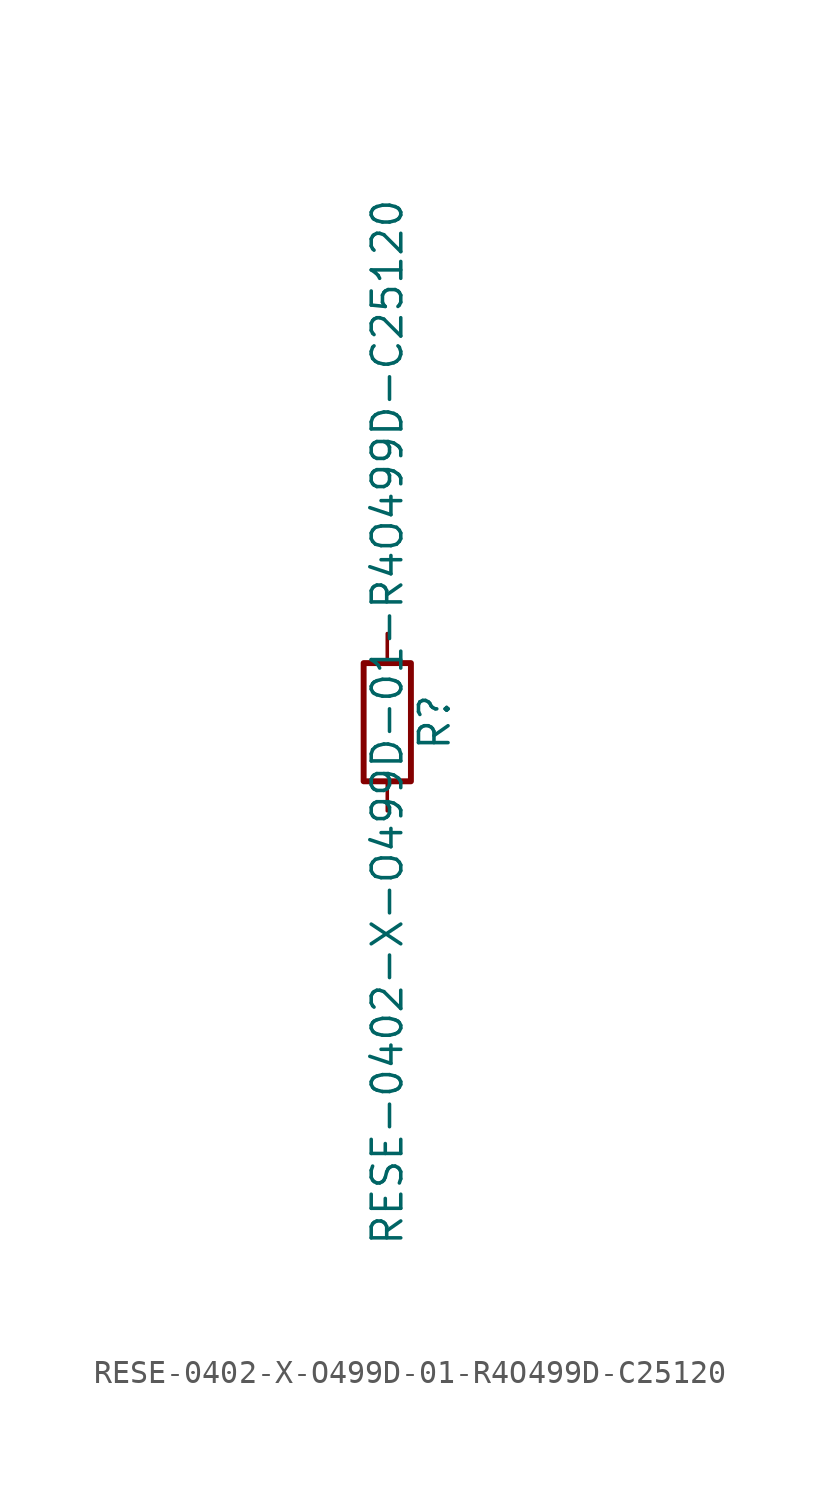
<source format=kicad_sym>
(kicad_symbol_lib
  (version 20211014)
  (generator kicad_symbol_editor)
  (symbol "RESE-0402-X-O499D-01-R4O499D-C25120"
    (pin_numbers hide)
    (pin_names
      (offset 0))
    (property "Reference" "R"
      (at 2.032 0 90)
      (effects (font (size 1.27 1.27))))
    (property "Value" "RESE-0402-X-O499D-01-R4O499D-C25120"
      (at 0 0 90)
      (effects (font (size 1.27 1.27))))
    (symbol "RESE-0402-X-O499D-01-R4O499D-C25120_0_1"
      (rectangle (start -1.016 -2.54) (end 1.016 2.54) (stroke (width 0.254) (type default) (color 0 0 0 0)) (fill (type none))))
    (symbol "RESE-0402-X-O499D-01-R4O499D-C25120_1_1"
      (pin passive line (at 0 3.81 270) (length 1.27) (name "~" (effects (font (size 1.27 1.27)))) (number "1" (effects (font (size 1.27 1.27)))))
      (pin passive line (at 0 -3.81 90) (length 1.27) (name "~" (effects (font (size 1.27 1.27)))) (number "2" (effects (font (size 1.27 1.27))))))))
</source>
